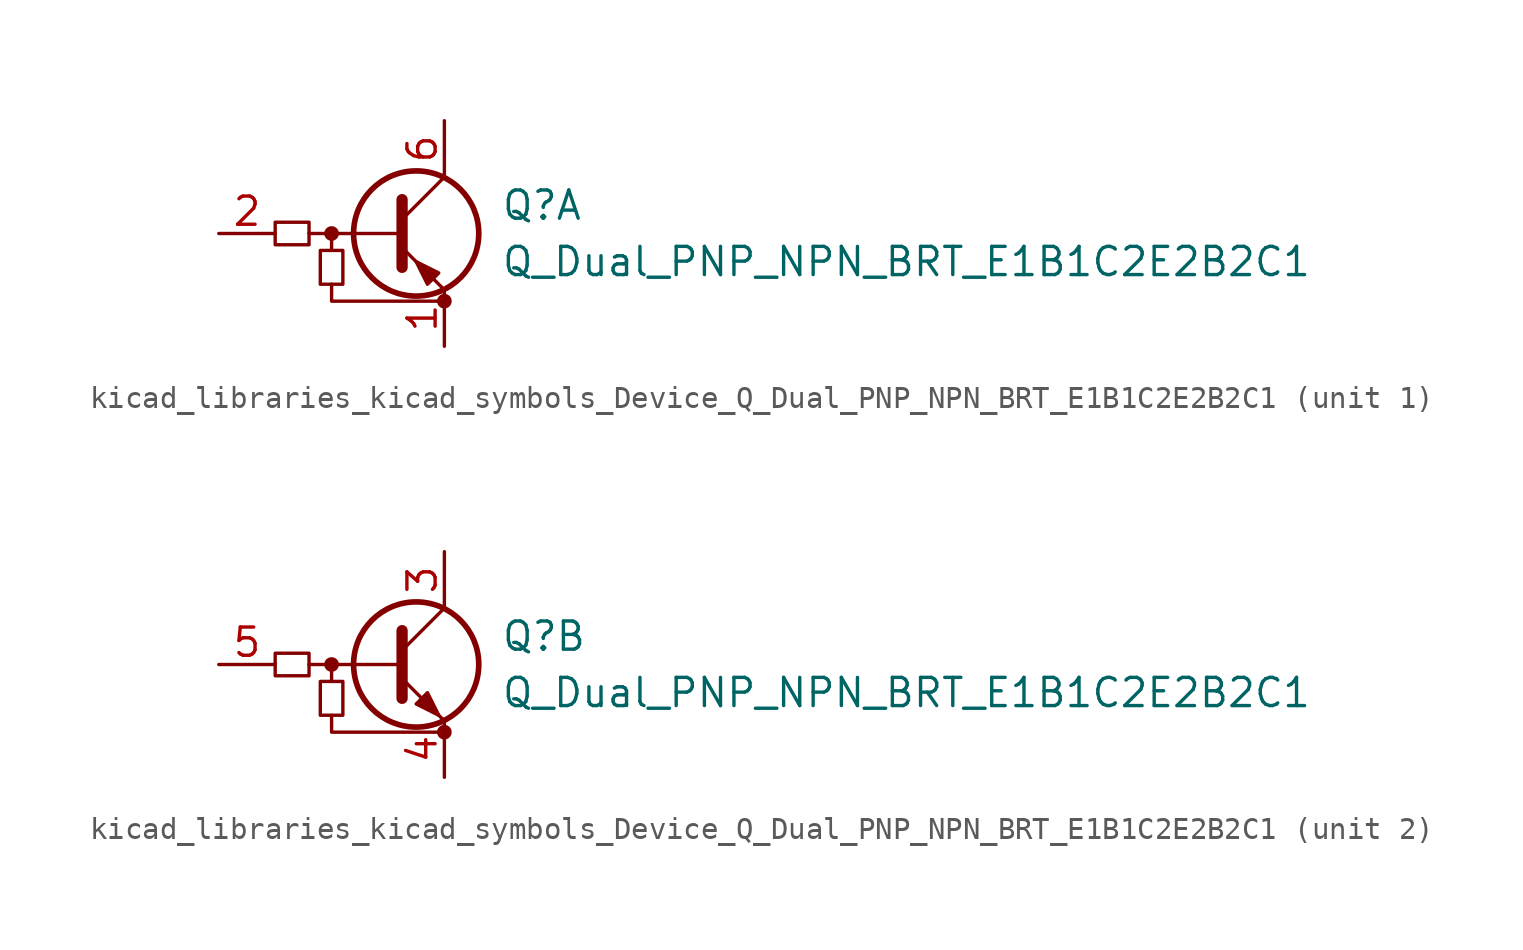
<source format=kicad_sym>
(kicad_symbol_lib
  (version 20220914)
  (generator kicad_symbol_editor)
  (symbol "kicad_libraries_kicad_symbols_Device_Q_Dual_PNP_NPN_BRT_E1B1C2E2B2C1"
    (pin_names hide)
    (property "Reference" "Q"
      (at 3.81 1.27 0)
      (effects (font (size 1.27 1.27)) (justify left)))
    (property "Value" "Q_Dual_PNP_NPN_BRT_E1B1C2E2B2C1"
      (at 3.81 -1.27 0)
      (effects (font (size 1.27 1.27)) (justify left)))
    (symbol "kicad_libraries_kicad_symbols_Device_Q_Dual_PNP_NPN_BRT_E1B1C2E2B2C1_0_1"
      (rectangle (start -6.35 0.508) (end -4.826 -0.508) (stroke (width 0) (type default)) (fill (type none)))
      (rectangle (start -4.318 -2.286) (end -3.302 -0.762) (stroke (width 0) (type default)) (fill (type none)))
      (circle (center -3.81 0) (radius 0.254) (stroke (width 0) (type default)) (fill (type outline)))
      (polyline (pts (xy -3.81 -0.762) (xy -3.81 0)) (stroke (width 0) (type default)) (fill (type none)))
      (polyline (pts (xy -0.762 0) (xy -4.826 0)) (stroke (width 0) (type default)) (fill (type none)))
      (polyline (pts (xy -0.635 1.524) (xy -0.635 -1.524)) (stroke (width 0.508) (type default)) (fill (type none)))
      (polyline (pts (xy -3.81 -2.286) (xy -3.81 -3.048) (xy 1.27 -3.048)) (stroke (width 0) (type default)) (fill (type none)))
      (circle (center 1.27 -3.048) (radius 0.254) (stroke (width 0) (type default)) (fill (type outline))))
    (symbol "kicad_libraries_kicad_symbols_Device_Q_Dual_PNP_NPN_BRT_E1B1C2E2B2C1_1_1"
      (polyline (pts (xy -0.635 0.635) (xy 1.27 2.54)) (stroke (width 0) (type default)) (fill (type none)))
      (polyline (pts (xy -0.635 -0.635) (xy 1.27 -2.54) (xy 1.27 -2.54)) (stroke (width 0) (type default)) (fill (type none)))
      (polyline (pts (xy 1.016 -1.778) (xy 0.508 -2.286) (xy 0 -1.27) (xy 1.016 -1.778) (xy 1.016 -1.778)) (stroke (width 0) (type default)) (fill (type outline)))
      (circle (center 0 0) (radius 2.819) (stroke (width 0.254) (type default)) (fill (type none)))
      (pin passive line (at 1.27 -5.08 90) (length 2.54) (name "E1" (effects (font (size 1.27 1.27)))) (number "1" (effects (font (size 1.27 1.27)))))
      (pin input line (at -8.89 0 0) (length 2.54) (name "B1" (effects (font (size 1.27 1.27)))) (number "2" (effects (font (size 1.27 1.27)))))
      (pin passive line (at 1.27 5.08 270) (length 2.54) (name "C1" (effects (font (size 1.27 1.27)))) (number "6" (effects (font (size 1.27 1.27))))))
    (symbol "kicad_libraries_kicad_symbols_Device_Q_Dual_PNP_NPN_BRT_E1B1C2E2B2C1_2_1"
      (polyline (pts (xy -0.635 0.635) (xy 1.27 2.54)) (stroke (width 0) (type default)) (fill (type none)))
      (polyline (pts (xy -0.635 -0.635) (xy 1.27 -2.54) (xy 1.27 -2.54)) (stroke (width 0) (type default)) (fill (type none)))
      (polyline (pts (xy 0 -1.778) (xy 0.508 -1.27) (xy 1.016 -2.286) (xy 0 -1.778) (xy 0 -1.778)) (stroke (width 0) (type default)) (fill (type outline)))
      (circle (center 0 0) (radius 2.819) (stroke (width 0.254) (type default)) (fill (type none)))
      (pin passive line (at 1.27 5.08 270) (length 2.54) (name "C1" (effects (font (size 1.27 1.27)))) (number "3" (effects (font (size 1.27 1.27)))))
      (pin passive line (at 1.27 -5.08 90) (length 2.54) (name "E1" (effects (font (size 1.27 1.27)))) (number "4" (effects (font (size 1.27 1.27)))))
      (pin input line (at -8.89 0 0) (length 2.54) (name "B1" (effects (font (size 1.27 1.27)))) (number "5" (effects (font (size 1.27 1.27))))))))
</source>
